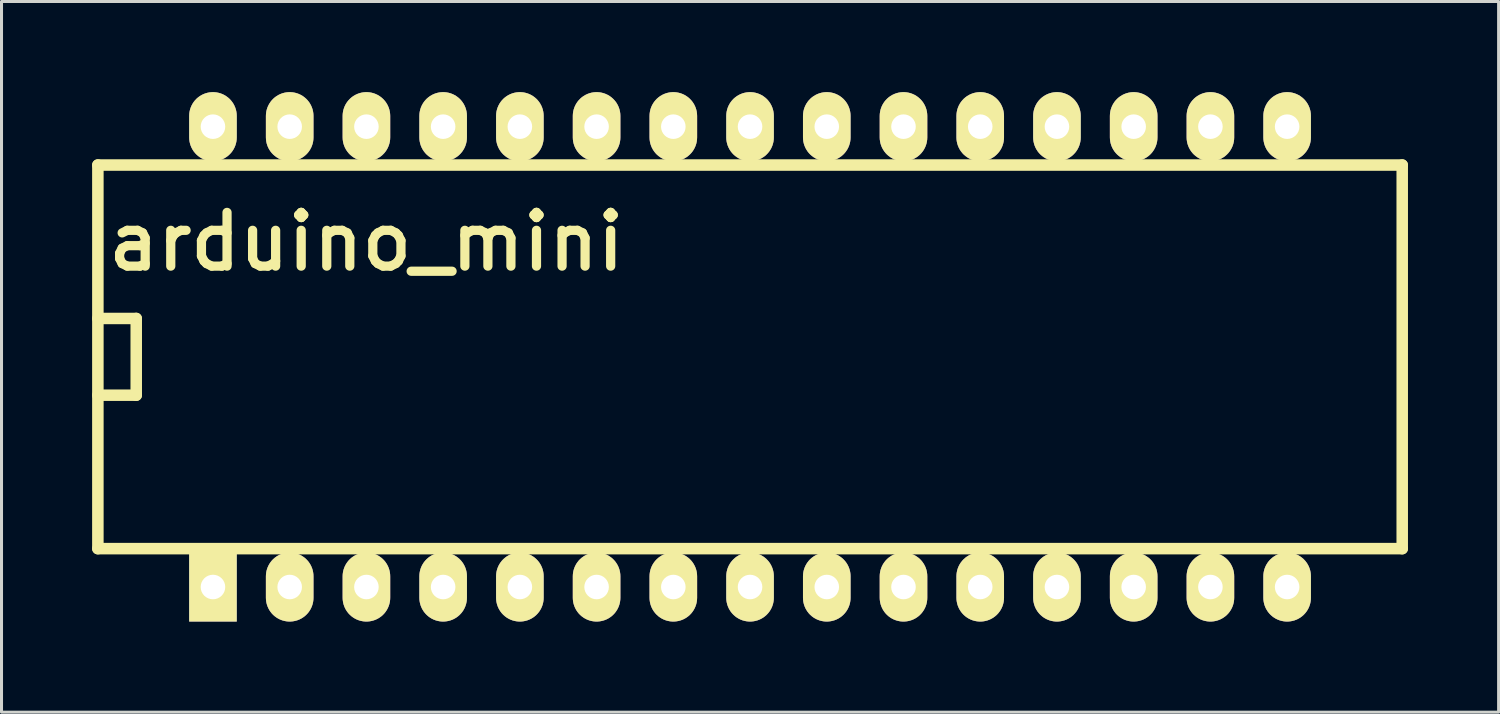
<source format=kicad_pcb>
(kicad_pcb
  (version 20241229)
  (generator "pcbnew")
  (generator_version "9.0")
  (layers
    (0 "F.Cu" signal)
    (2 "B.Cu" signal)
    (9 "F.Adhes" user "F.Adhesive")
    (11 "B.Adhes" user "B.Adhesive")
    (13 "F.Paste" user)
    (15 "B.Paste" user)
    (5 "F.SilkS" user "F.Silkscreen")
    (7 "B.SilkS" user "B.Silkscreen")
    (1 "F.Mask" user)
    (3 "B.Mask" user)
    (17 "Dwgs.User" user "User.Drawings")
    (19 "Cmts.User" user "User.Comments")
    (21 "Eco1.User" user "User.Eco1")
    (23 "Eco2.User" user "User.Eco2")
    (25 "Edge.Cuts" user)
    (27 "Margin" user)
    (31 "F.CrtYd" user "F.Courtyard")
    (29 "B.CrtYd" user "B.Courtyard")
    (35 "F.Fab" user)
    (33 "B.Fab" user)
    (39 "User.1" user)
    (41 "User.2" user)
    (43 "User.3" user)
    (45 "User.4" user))
  (footprint "arduino_mini"
    (layer "F.Cu")
    (at 23.05 8.763)
    (property "Reference" "arduino_mini" (at -13.97 -3.81 0) (layer "F.SilkS") (effects (font (size 1.778 1.778) (thickness 0.305))))
    (attr through_hole)
    (fp_line (start -22.86 -6.35) (end 20.32 -6.35) (stroke (width 0.381) (type solid)) (layer "F.SilkS"))
    (fp_line (start -22.86 1.27) (end -21.59 1.27) (stroke (width 0.381) (type solid)) (layer "F.SilkS"))
    (fp_line (start -22.86 6.35) (end -22.86 -6.35) (stroke (width 0.381) (type solid)) (layer "F.SilkS"))
    (fp_line (start -21.59 -1.27) (end -22.86 -1.27) (stroke (width 0.381) (type solid)) (layer "F.SilkS"))
    (fp_line (start -21.59 1.27) (end -21.59 -1.27) (stroke (width 0.381) (type solid)) (layer "F.SilkS"))
    (fp_line (start 20.32 -6.35) (end 20.32 6.35) (stroke (width 0.381) (type solid)) (layer "F.SilkS"))
    (fp_line (start 20.32 6.35) (end -22.86 6.35) (stroke (width 0.381) (type solid)) (layer "F.SilkS"))
    (pad "1" thru_hole rect (at -19.05 7.62) (size 1.575 2.286) (drill 0.813) (layers "*.Cu" "*.Mask" "F.SilkS"))
    (pad "2" thru_hole oval (at -16.51 7.62) (size 1.575 2.286) (drill 0.813) (layers "*.Cu" "*.Mask" "F.SilkS"))
    (pad "3" thru_hole oval (at -13.97 7.62) (size 1.575 2.286) (drill 0.813) (layers "*.Cu" "*.Mask" "F.SilkS"))
    (pad "4" thru_hole oval (at -11.43 7.62) (size 1.575 2.286) (drill 0.813) (layers "*.Cu" "*.Mask" "F.SilkS"))
    (pad "5" thru_hole oval (at -8.89 7.62) (size 1.575 2.286) (drill 0.813) (layers "*.Cu" "*.Mask" "F.SilkS"))
    (pad "6" thru_hole oval (at -6.35 7.62) (size 1.575 2.286) (drill 0.813) (layers "*.Cu" "*.Mask" "F.SilkS"))
    (pad "7" thru_hole oval (at -3.81 7.62) (size 1.575 2.286) (drill 0.813) (layers "*.Cu" "*.Mask" "F.SilkS"))
    (pad "8" thru_hole oval (at -1.27 7.62) (size 1.575 2.286) (drill 0.813) (layers "*.Cu" "*.Mask" "F.SilkS"))
    (pad "9" thru_hole oval (at 1.27 7.62) (size 1.575 2.286) (drill 0.813) (layers "*.Cu" "*.Mask" "F.SilkS"))
    (pad "10" thru_hole oval (at 3.81 7.62) (size 1.575 2.286) (drill 0.813) (layers "*.Cu" "*.Mask" "F.SilkS"))
    (pad "11" thru_hole oval (at 6.35 7.62) (size 1.575 2.286) (drill 0.813) (layers "*.Cu" "*.Mask" "F.SilkS"))
    (pad "12" thru_hole oval (at 8.89 7.62) (size 1.575 2.286) (drill 0.813) (layers "*.Cu" "*.Mask" "F.SilkS"))
    (pad "13" thru_hole oval (at 11.43 7.62) (size 1.575 2.286) (drill 0.813) (layers "*.Cu" "*.Mask" "F.SilkS"))
    (pad "14" thru_hole oval (at 13.97 7.62) (size 1.575 2.286) (drill 0.813) (layers "*.Cu" "*.Mask" "F.SilkS"))
    (pad "15" thru_hole oval (at 16.51 7.62) (size 1.575 2.286) (drill 0.813) (layers "*.Cu" "*.Mask" "F.SilkS"))
    (pad "16" thru_hole oval (at 16.51 -7.62) (size 1.575 2.286) (drill 0.813) (layers "*.Cu" "*.Mask" "F.SilkS"))
    (pad "17" thru_hole oval (at 13.97 -7.62) (size 1.575 2.286) (drill 0.813) (layers "*.Cu" "*.Mask" "F.SilkS"))
    (pad "18" thru_hole oval (at 11.43 -7.62) (size 1.575 2.286) (drill 0.813) (layers "*.Cu" "*.Mask" "F.SilkS"))
    (pad "19" thru_hole oval (at 8.89 -7.62) (size 1.575 2.286) (drill 0.813) (layers "*.Cu" "*.Mask" "F.SilkS"))
    (pad "20" thru_hole oval (at 6.35 -7.62) (size 1.575 2.286) (drill 0.813) (layers "*.Cu" "*.Mask" "F.SilkS"))
    (pad "21" thru_hole oval (at 3.81 -7.62) (size 1.575 2.286) (drill 0.813) (layers "*.Cu" "*.Mask" "F.SilkS"))
    (pad "22" thru_hole oval (at 1.27 -7.62) (size 1.575 2.286) (drill 0.813) (layers "*.Cu" "*.Mask" "F.SilkS"))
    (pad "23" thru_hole oval (at -1.27 -7.62) (size 1.575 2.286) (drill 0.813) (layers "*.Cu" "*.Mask" "F.SilkS"))
    (pad "24" thru_hole oval (at -3.81 -7.62) (size 1.575 2.286) (drill 0.813) (layers "*.Cu" "*.Mask" "F.SilkS"))
    (pad "25" thru_hole oval (at -6.35 -7.62) (size 1.575 2.286) (drill 0.813) (layers "*.Cu" "*.Mask" "F.SilkS"))
    (pad "26" thru_hole oval (at -8.89 -7.62) (size 1.575 2.286) (drill 0.813) (layers "*.Cu" "*.Mask" "F.SilkS"))
    (pad "27" thru_hole oval (at -11.43 -7.62) (size 1.575 2.286) (drill 0.813) (layers "*.Cu" "*.Mask" "F.SilkS"))
    (pad "28" thru_hole oval (at -13.97 -7.62) (size 1.575 2.286) (drill 0.813) (layers "*.Cu" "*.Mask" "F.SilkS"))
    (pad "29" thru_hole oval (at -16.51 -7.62) (size 1.575 2.286) (drill 0.813) (layers "*.Cu" "*.Mask" "F.SilkS"))
    (pad "30" thru_hole oval (at -19.05 -7.62) (size 1.575 2.286) (drill 0.813) (layers "*.Cu" "*.Mask" "F.SilkS")))
  (gr_rect
    (start -3 -3)
    (end 46.561 20.526)
    (stroke (width 0.1) (type default))
    (fill no)
    (layer "Edge.Cuts")))
</source>
